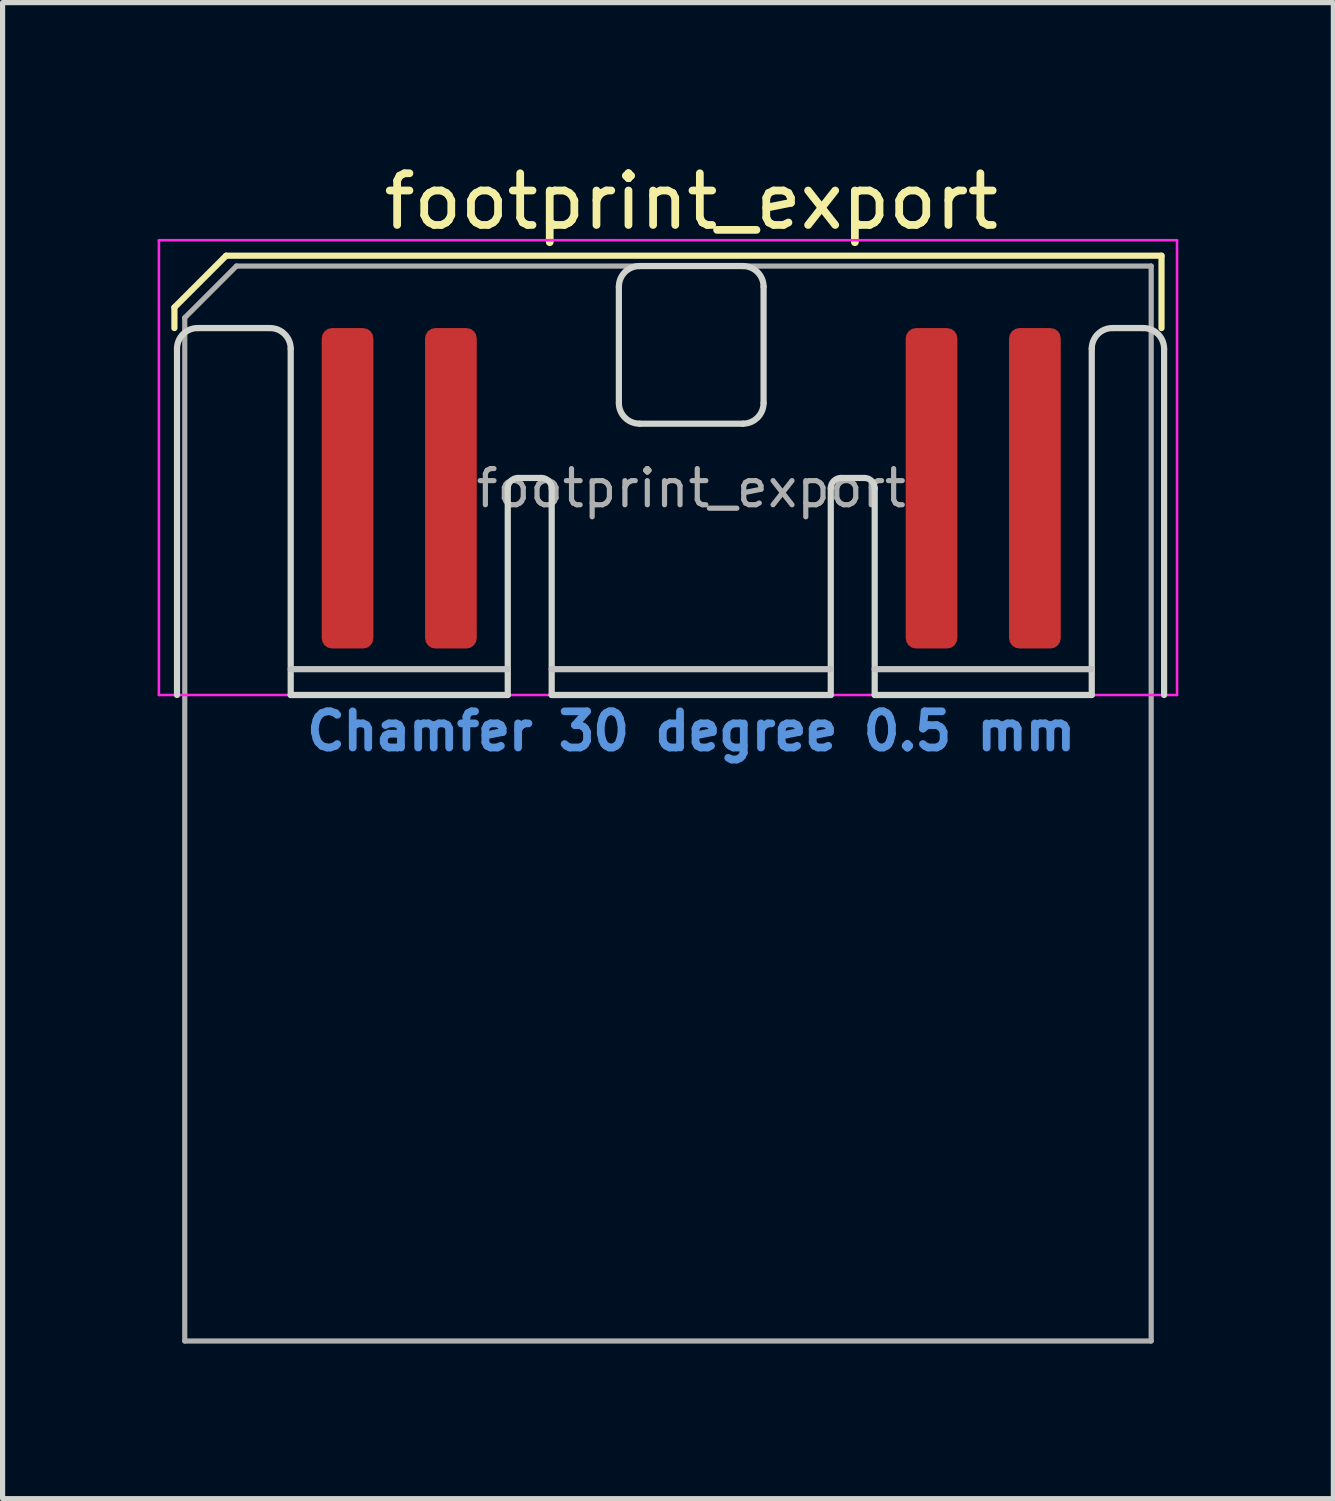
<source format=kicad_pcb>
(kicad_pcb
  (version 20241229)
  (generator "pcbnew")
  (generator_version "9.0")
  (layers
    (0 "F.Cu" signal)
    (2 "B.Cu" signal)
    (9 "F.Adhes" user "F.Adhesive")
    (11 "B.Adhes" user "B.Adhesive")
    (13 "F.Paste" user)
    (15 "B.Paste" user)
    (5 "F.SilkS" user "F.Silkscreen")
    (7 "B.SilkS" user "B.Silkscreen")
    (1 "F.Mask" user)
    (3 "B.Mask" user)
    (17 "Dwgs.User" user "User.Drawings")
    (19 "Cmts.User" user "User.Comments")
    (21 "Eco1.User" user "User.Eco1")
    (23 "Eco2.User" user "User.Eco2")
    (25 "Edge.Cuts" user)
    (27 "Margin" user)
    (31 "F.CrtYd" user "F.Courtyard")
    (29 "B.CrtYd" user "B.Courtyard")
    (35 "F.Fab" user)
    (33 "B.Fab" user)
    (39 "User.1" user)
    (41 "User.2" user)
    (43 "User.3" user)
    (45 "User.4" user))
  (footprint "footprint_export"
    (layer "F.Cu")
    (at 10.325 6.398)
    (property "Reference" "footprint_export" (at 0 -5.55 0) (layer "F.SilkS") (effects (font (size 1 1) (thickness 0.15))))
    (attr exclude_from_pos_files exclude_from_bom)
    (fp_line (start -10 -3.5) (end -9 -4.5) (stroke (width 0.12) (type solid)) (layer "F.SilkS"))
    (fp_line (start -10 -3.1) (end -10 -3.5) (stroke (width 0.12) (type solid)) (layer "F.SilkS"))
    (fp_line (start -9 -4.5) (end 9.1 -4.5) (stroke (width 0.12) (type solid)) (layer "F.SilkS"))
    (fp_line (start 9.1 -4.5) (end 9.1 -3.1) (stroke (width 0.12) (type solid)) (layer "F.SilkS"))
    (fp_line (start -7.75 3.5) (end -3.55 3.5) (stroke (width 0.12) (type solid)) (layer "Dwgs.User"))
    (fp_line (start -2.7 3.5) (end 2.7 3.5) (stroke (width 0.12) (type solid)) (layer "Dwgs.User"))
    (fp_line (start 3.55 3.5) (end 7.75 3.5) (stroke (width 0.12) (type solid)) (layer "Dwgs.User"))
    (fp_line (start -9.95 4) (end -9.95 -2.7) (stroke (width 0.12) (type solid)) (layer "Edge.Cuts"))
    (fp_line (start -9.55 -3.1) (end -8.15 -3.1) (stroke (width 0.12) (type solid)) (layer "Edge.Cuts"))
    (fp_line (start -7.75 -2.7) (end -7.75 4) (stroke (width 0.12) (type solid)) (layer "Edge.Cuts"))
    (fp_line (start -7.75 4) (end -3.55 4) (stroke (width 0.12) (type solid)) (layer "Edge.Cuts"))
    (fp_line (start -3.55 4) (end -3.55 0) (stroke (width 0.12) (type solid)) (layer "Edge.Cuts"))
    (fp_line (start -3.35 -0.2) (end -2.9 -0.2) (stroke (width 0.12) (type solid)) (layer "Edge.Cuts"))
    (fp_line (start -2.7 0) (end -2.7 4) (stroke (width 0.12) (type solid)) (layer "Edge.Cuts"))
    (fp_line (start -2.7 4) (end 2.7 4) (stroke (width 0.12) (type solid)) (layer "Edge.Cuts"))
    (fp_line (start -1.4 -3.9) (end -1.4 -1.65) (stroke (width 0.12) (type solid)) (layer "Edge.Cuts"))
    (fp_line (start -1 -1.25) (end 1 -1.25) (stroke (width 0.12) (type solid)) (layer "Edge.Cuts"))
    (fp_line (start 1 -4.3) (end -1 -4.3) (stroke (width 0.12) (type solid)) (layer "Edge.Cuts"))
    (fp_line (start 1.4 -1.65) (end 1.4 -3.9) (stroke (width 0.12) (type solid)) (layer "Edge.Cuts"))
    (fp_line (start 2.7 4) (end 2.7 0) (stroke (width 0.12) (type solid)) (layer "Edge.Cuts"))
    (fp_line (start 2.9 -0.2) (end 3.35 -0.2) (stroke (width 0.12) (type solid)) (layer "Edge.Cuts"))
    (fp_line (start 3.55 0) (end 3.55 4) (stroke (width 0.12) (type solid)) (layer "Edge.Cuts"))
    (fp_line (start 3.55 4) (end 7.75 4) (stroke (width 0.12) (type solid)) (layer "Edge.Cuts"))
    (fp_line (start 7.75 4) (end 7.75 -2.7) (stroke (width 0.12) (type solid)) (layer "Edge.Cuts"))
    (fp_line (start 8.15 -3.1) (end 8.75 -3.1) (stroke (width 0.12) (type solid)) (layer "Edge.Cuts"))
    (fp_line (start 9.15 -2.7) (end 9.15 4) (stroke (width 0.12) (type solid)) (layer "Edge.Cuts"))
    (fp_arc (start -9.95 -2.7) (mid -9.832843 -2.982843) (end -9.55 -3.1) (stroke (width 0.12) (type solid)) (layer "Edge.Cuts"))
    (fp_arc (start -8.15 -3.1) (mid -7.867157 -2.982843) (end -7.75 -2.7) (stroke (width 0.12) (type solid)) (layer "Edge.Cuts"))
    (fp_arc (start -3.55 0) (mid -3.491421 -0.141421) (end -3.35 -0.2) (stroke (width 0.12) (type solid)) (layer "Edge.Cuts"))
    (fp_arc (start -2.9 -0.2) (mid -2.758579 -0.141421) (end -2.7 0) (stroke (width 0.12) (type solid)) (layer "Edge.Cuts"))
    (fp_arc (start -1.4 -3.9) (mid -1.282843 -4.182843) (end -1 -4.3) (stroke (width 0.12) (type solid)) (layer "Edge.Cuts"))
    (fp_arc (start -1 -1.25) (mid -1.282843 -1.367157) (end -1.4 -1.65) (stroke (width 0.12) (type solid)) (layer "Edge.Cuts"))
    (fp_arc (start 1 -4.3) (mid 1.282843 -4.182843) (end 1.4 -3.9) (stroke (width 0.12) (type solid)) (layer "Edge.Cuts"))
    (fp_arc (start 1.4 -1.65) (mid 1.282843 -1.367157) (end 1 -1.25) (stroke (width 0.12) (type solid)) (layer "Edge.Cuts"))
    (fp_arc (start 2.7 0) (mid 2.758579 -0.141421) (end 2.9 -0.2) (stroke (width 0.12) (type solid)) (layer "Edge.Cuts"))
    (fp_arc (start 3.35 -0.2) (mid 3.491421 -0.141421) (end 3.55 0) (stroke (width 0.12) (type solid)) (layer "Edge.Cuts"))
    (fp_arc (start 7.75 -2.7) (mid 7.867157 -2.982843) (end 8.15 -3.1) (stroke (width 0.12) (type solid)) (layer "Edge.Cuts"))
    (fp_arc (start 8.75 -3.1) (mid 9.032843 -2.982843) (end 9.15 -2.7) (stroke (width 0.12) (type solid)) (layer "Edge.Cuts"))
    (fp_line (start -10.3 -4.8) (end -10.3 4) (stroke (width 0.05) (type solid)) (layer "F.CrtYd"))
    (fp_line (start -10.3 4) (end 9.4 4) (stroke (width 0.05) (type solid)) (layer "F.CrtYd"))
    (fp_line (start 9.4 -4.8) (end -10.3 -4.8) (stroke (width 0.05) (type solid)) (layer "F.CrtYd"))
    (fp_line (start 9.4 4) (end 9.4 -4.8) (stroke (width 0.05) (type solid)) (layer "F.CrtYd"))
    (fp_line (start -9.8 -3.3) (end -8.8 -4.3) (stroke (width 0.1) (type solid)) (layer "F.Fab"))
    (fp_line (start -9.8 16.5) (end -9.8 -3.3) (stroke (width 0.1) (type solid)) (layer "F.Fab"))
    (fp_line (start -8.8 -4.3) (end 8.9 -4.3) (stroke (width 0.1) (type solid)) (layer "F.Fab"))
    (fp_line (start 8.9 -4.3) (end 8.9 16.5) (stroke (width 0.1) (type solid)) (layer "F.Fab"))
    (fp_line (start 8.9 16.5) (end -9.8 16.5) (stroke (width 0.1) (type solid)) (layer "F.Fab"))
    (fp_text user "Chamfer 30 degree 0.5 mm" (at 0 4.7 0) (layer "Cmts.User") (effects (font (size 0.7 0.7) (thickness 0.15))))
    (fp_text user "${REFERENCE}" (at 0 0 0) (layer "F.Fab") (effects (font (size 0.7 0.7) (thickness 0.1))))
    (pad "1" connect roundrect (at -6.65 0) (size 1 6.2) (layers "F.Cu" "F.Mask") (roundrect_rratio 0.2))
    (pad "2" connect roundrect (at -4.65 0) (size 1 6.2) (layers "F.Cu" "F.Mask") (roundrect_rratio 0.2))
    (pad "3" connect roundrect (at 4.65 0) (size 1 6.2) (layers "F.Cu" "F.Mask") (roundrect_rratio 0.2))
    (pad "4" connect roundrect (at 6.65 0) (size 1 6.2) (layers "F.Cu" "F.Mask") (roundrect_rratio 0.2)))
  (gr_rect
    (start -3 -3)
    (end 22.75 25.948)
    (stroke (width 0.1) (type default))
    (fill no)
    (layer "Edge.Cuts")))
</source>
